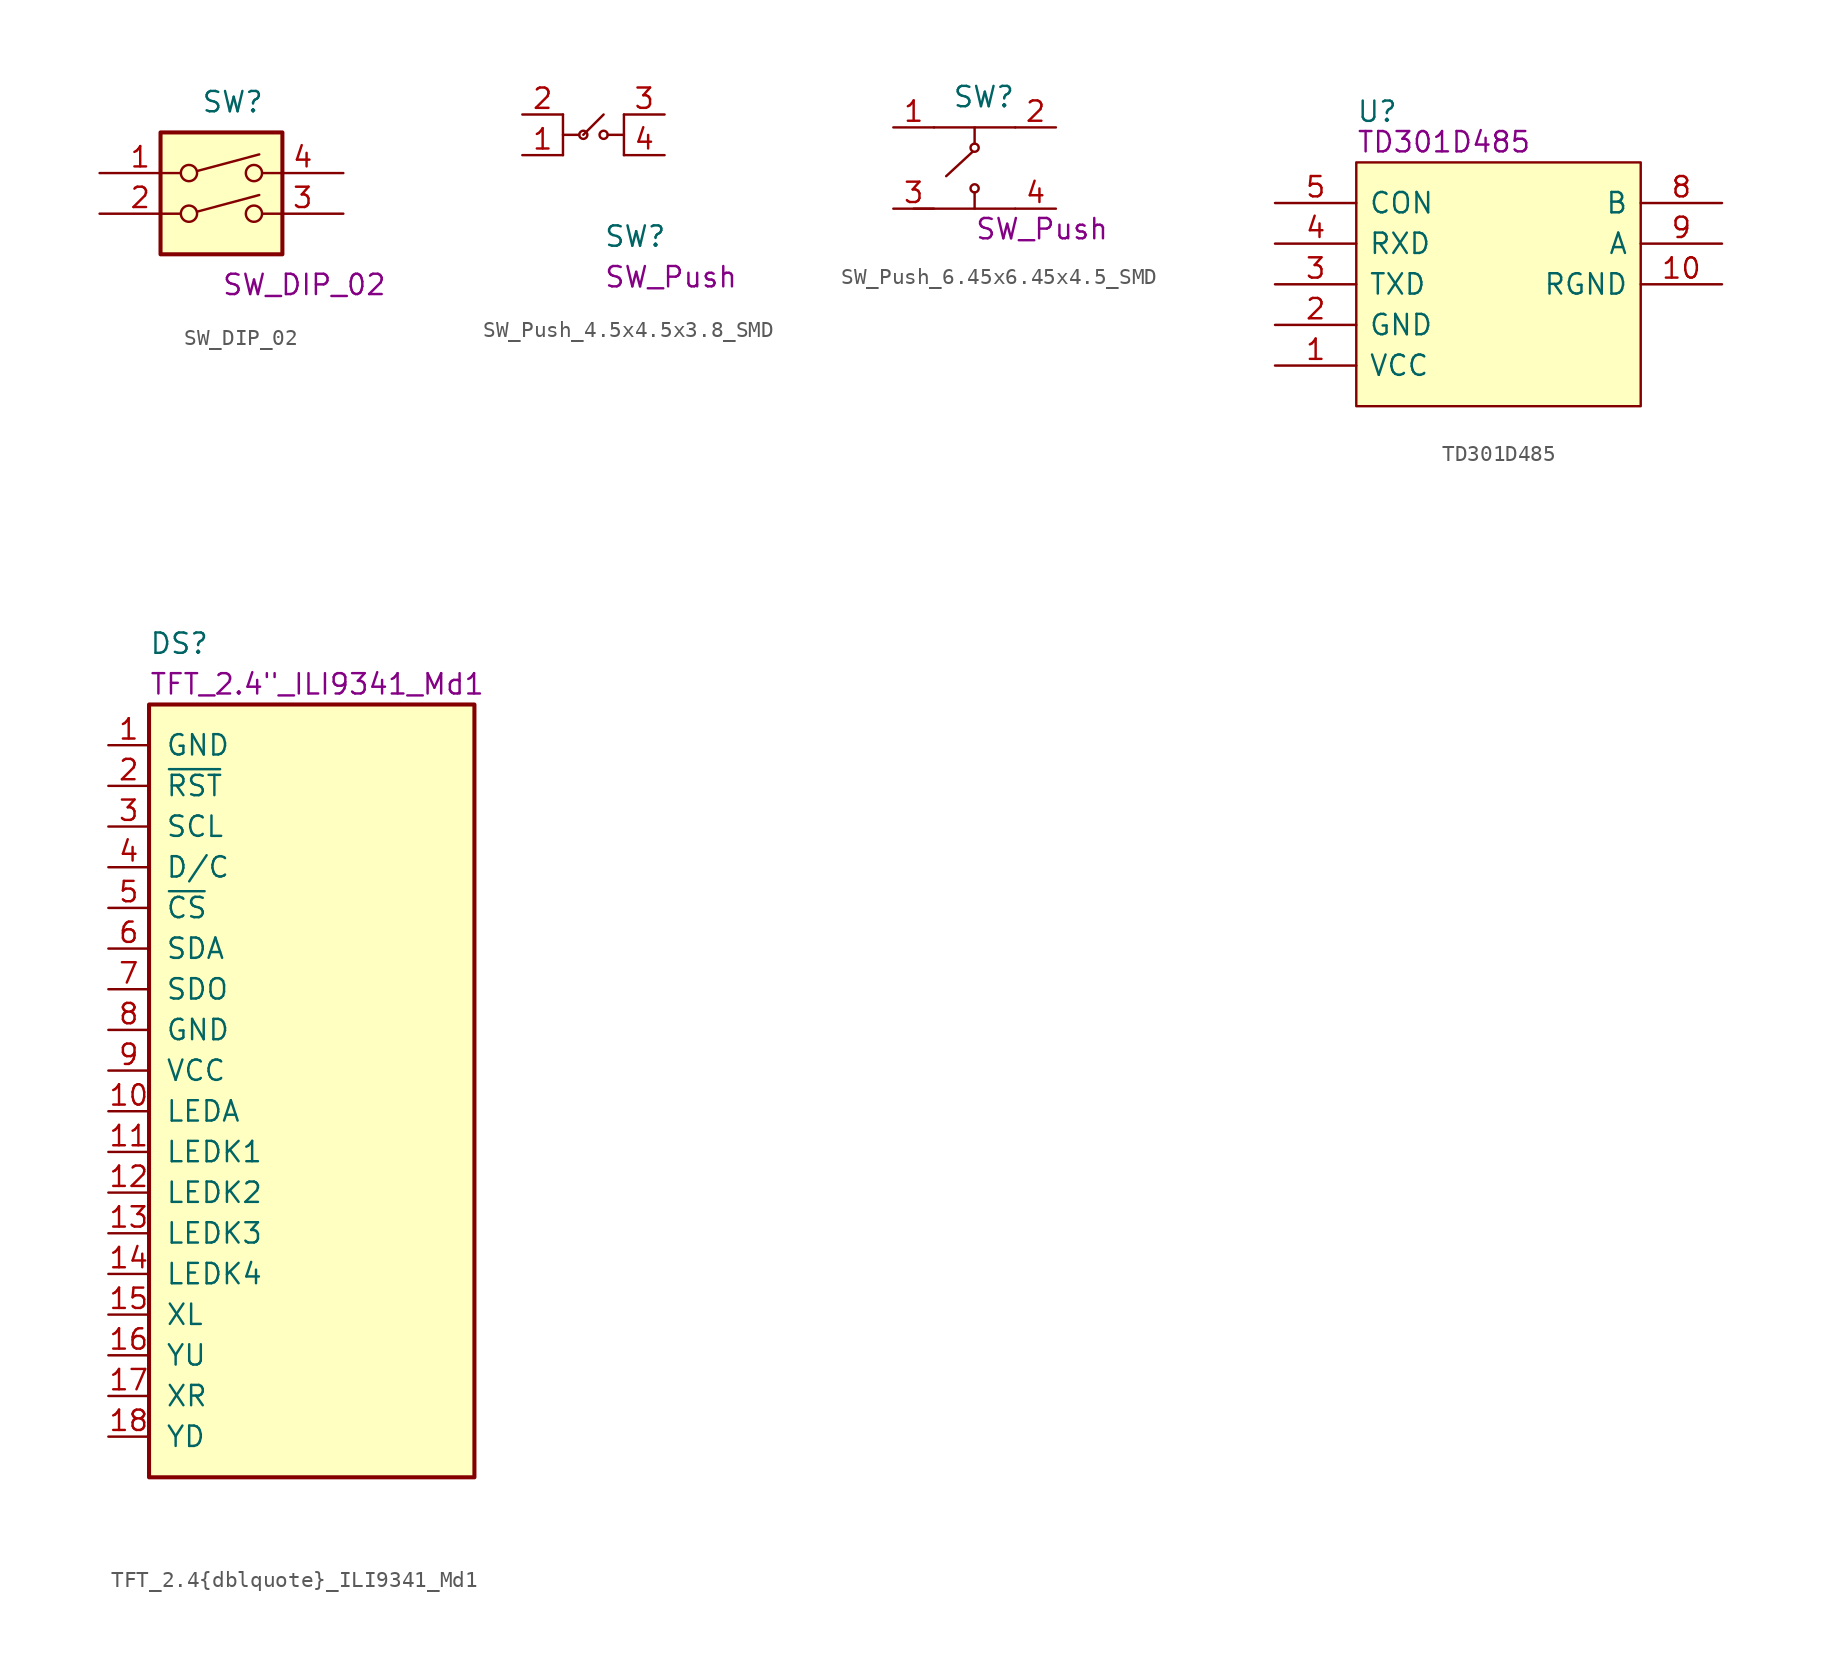
<source format=kicad_sym>
(kicad_symbol_lib
  (version 20211014)
  (generator kicad_symbol_editor)
  (symbol "SW_DIP_02"
    (pin_names
      (offset 1.016) hide)
    (property "Reference" "SW"
      (at -1.27 5.715 0)
      (effects (font (size 1.27 1.27)) (justify left)))
    (property "Symbol" "SW_DIP_02"
      (at 0 -5.715 0)
      (effects (font (size 1.27 1.27)) (justify left)))
    (symbol "SW_DIP_02_0_0"
      (circle (center -2.032 -1.27) (radius 0.508) (stroke (width 0) (type default) (color 0 0 0 0)) (fill (type none)))
      (circle (center -2.032 1.27) (radius 0.508) (stroke (width 0) (type default) (color 0 0 0 0)) (fill (type none)))
      (polyline (pts (xy -1.524 -1.143) (xy 2.362 -0.102)) (stroke (width 0) (type default) (color 0 0 0 0)) (fill (type none)))
      (polyline (pts (xy -1.524 1.397) (xy 2.362 2.438)) (stroke (width 0) (type default) (color 0 0 0 0)) (fill (type none)))
      (circle (center 2.032 -1.27) (radius 0.508) (stroke (width 0) (type default) (color 0 0 0 0)) (fill (type none)))
      (circle (center 2.032 1.27) (radius 0.508) (stroke (width 0) (type default) (color 0 0 0 0)) (fill (type none))))
    (symbol "SW_DIP_02_0_1"
      (rectangle (start -3.81 3.81) (end 3.81 -3.81) (stroke (width 0.254) (type default) (color 0 0 0 0)) (fill (type background))))
    (symbol "SW_DIP_02_1_1"
      (pin passive line (at -7.62 1.27 0) (length 5.08) (name "~" (effects (font (size 1.27 1.27)))) (number "1" (effects (font (size 1.27 1.27)))))
      (pin passive line (at -7.62 -1.27 0) (length 5.08) (name "~" (effects (font (size 1.27 1.27)))) (number "2" (effects (font (size 1.27 1.27)))))
      (pin passive line (at 7.62 -1.27 180) (length 5.08) (name "~" (effects (font (size 1.27 1.27)))) (number "3" (effects (font (size 1.27 1.27)))))
      (pin passive line (at 7.62 1.27 180) (length 5.08) (name "~" (effects (font (size 1.27 1.27)))) (number "4" (effects (font (size 1.27 1.27)))))))
  (symbol "SW_Push_4.5x4.5x3.8_SMD"
    (pin_names
      (offset 1.016) hide)
    (property "Reference" "SW"
      (at 1.27 -6.35 0)
      (effects (font (size 1.27 1.27)) (justify left)))
    (property "Symbol" "SW_Push"
      (at 1.27 -8.89 0)
      (effects (font (size 1.27 1.27)) (justify left)))
    (symbol "SW_Push_4.5x4.5x3.8_SMD_0_1"
      (polyline (pts (xy -1.27 1.27) (xy -1.27 -1.27)) (stroke (width 0) (type default) (color 0 0 0 0)) (fill (type none)))
      (polyline (pts (xy -0.254 0) (xy -1.27 0)) (stroke (width 0) (type default) (color 0 0 0 0)) (fill (type none)))
      (polyline (pts (xy 0 0) (xy 1.27 1.27)) (stroke (width 0) (type default) (color 0 0 0 0)) (fill (type none)))
      (polyline (pts (xy 2.54 1.27) (xy 2.54 -1.27)) (stroke (width 0) (type default) (color 0 0 0 0)) (fill (type none)))
      (polyline (pts (xy 1.524 0) (xy 2.413 0) (xy 2.54 0)) (stroke (width 0) (type default) (color 0 0 0 0)) (fill (type none)))
      (circle (center 0 0) (radius 0.254) (stroke (width 0) (type default) (color 0 0 0 0)) (fill (type none)))
      (circle (center 1.27 0) (radius 0.254) (stroke (width 0) (type default) (color 0 0 0 0)) (fill (type none)))
      (pin passive line (at -3.81 -1.27 0) (length 2.54) (name "1" (effects (font (size 1.27 1.27)))) (number "1" (effects (font (size 1.27 1.27)))))
      (pin passive line (at -3.81 1.27 0) (length 2.54) (name "2" (effects (font (size 1.27 1.27)))) (number "2" (effects (font (size 1.27 1.27)))))
      (pin passive line (at 5.08 1.27 180) (length 2.54) (name "3" (effects (font (size 1.27 1.27)))) (number "3" (effects (font (size 1.27 1.27)))))
      (pin passive line (at 5.08 -1.27 180) (length 2.54) (name "4" (effects (font (size 1.27 1.27)))) (number "4" (effects (font (size 1.27 1.27)))))))
  (symbol "SW_Push_6.45x6.45x4.5_SMD"
    (pin_names
      (offset 1.016) hide)
    (property "Reference" "SW"
      (at -1.397 6.985 0)
      (effects (font (size 1.27 1.27)) (justify left)))
    (property "Symbol" "SW_Push"
      (at 0 -1.27 0)
      (effects (font (size 1.27 1.27)) (justify left)))
    (symbol "SW_Push_6.45x6.45x4.5_SMD_0_1"
      (polyline (pts (xy -0.127 3.556) (xy -1.778 2.032)) (stroke (width 0) (type default) (color 0 0 0 0)) (fill (type none)))
      (polyline (pts (xy 0 4.064) (xy 0 5.08)) (stroke (width 0) (type default) (color 0 0 0 0)) (fill (type none)))
      (polyline (pts (xy 2.54 0) (xy -3.81 0)) (stroke (width 0) (type default) (color 0 0 0 0)) (fill (type none)))
      (polyline (pts (xy 2.54 5.08) (xy -2.54 5.08)) (stroke (width 0) (type default) (color 0 0 0 0)) (fill (type none)))
      (polyline (pts (xy 0 1.016) (xy 0 0.127) (xy 0 0)) (stroke (width 0) (type default) (color 0 0 0 0)) (fill (type none)))
      (circle (center 0 1.27) (radius 0.254) (stroke (width 0) (type default) (color 0 0 0 0)) (fill (type none)))
      (circle (center 0 3.81) (radius 0.254) (stroke (width 0) (type default) (color 0 0 0 0)) (fill (type none)))
      (pin passive line (at -5.08 5.08 0) (length 2.54) (name "1" (effects (font (size 1.27 1.27)))) (number "1" (effects (font (size 1.27 1.27)))))
      (pin passive line (at 5.08 5.08 180) (length 2.54) (name "2" (effects (font (size 1.27 1.27)))) (number "2" (effects (font (size 1.27 1.27)))))
      (pin passive line (at -5.08 0 0) (length 2.54) (name "3" (effects (font (size 1.27 1.27)))) (number "3" (effects (font (size 1.27 1.27)))))
      (pin passive line (at 5.08 0 180) (length 2.54) (name "4" (effects (font (size 1.27 1.27)))) (number "4" (effects (font (size 1.27 1.27)))))))
  (symbol "TD301D485"
    (pin_names
      (offset 0.762))
    (property "Reference" "U"
      (at -8.89 10.795 0)
      (effects (font (size 1.27 1.27)) (justify left)))
    (property "Symbol" "TD301D485"
      (at -8.89 8.89 0)
      (effects (font (size 1.27 1.27)) (justify left)))
    (symbol "TD301D485_0_0"
      (pin passive line (at -13.97 -5.08 0) (length 5.08) (name "VCC" (effects (font (size 1.27 1.27)))) (number "1" (effects (font (size 1.27 1.27)))))
      (pin passive line (at 13.97 0 180) (length 5.08) (name "RGND" (effects (font (size 1.27 1.27)))) (number "10" (effects (font (size 1.27 1.27)))))
      (pin passive line (at -13.97 -2.54 0) (length 5.08) (name "GND" (effects (font (size 1.27 1.27)))) (number "2" (effects (font (size 1.27 1.27)))))
      (pin passive line (at -13.97 0 0) (length 5.08) (name "TXD" (effects (font (size 1.27 1.27)))) (number "3" (effects (font (size 1.27 1.27)))))
      (pin passive line (at -13.97 2.54 0) (length 5.08) (name "RXD" (effects (font (size 1.27 1.27)))) (number "4" (effects (font (size 1.27 1.27)))))
      (pin passive line (at -13.97 5.08 0) (length 5.08) (name "CON" (effects (font (size 1.27 1.27)))) (number "5" (effects (font (size 1.27 1.27)))))
      (pin passive line (at 13.97 5.08 180) (length 5.08) (name "B" (effects (font (size 1.27 1.27)))) (number "8" (effects (font (size 1.27 1.27)))))
      (pin passive line (at 13.97 2.54 180) (length 5.08) (name "A" (effects (font (size 1.27 1.27)))) (number "9" (effects (font (size 1.27 1.27))))))
    (symbol "TD301D485_0_1"
      (polyline (pts (xy -8.89 7.62) (xy 8.89 7.62) (xy 8.89 -7.62) (xy -8.89 -7.62) (xy -8.89 7.62)) (stroke (width 0.152) (type default) (color 0 0 0 0)) (fill (type background)))))
  (symbol "TFT_2.4{dblquote}_ILI9341_Md1"
    (pin_names
      (offset 1.016))
    (property "Reference" "DS"
      (at -10.16 27.94 0)
      (effects (font (size 1.27 1.27)) (justify left)))
    (property "Symbol" "TFT_2.4\"_ILI9341_Md1"
      (at -10.16 25.4 0)
      (effects (font (size 1.27 1.27)) (justify left)))
    (symbol "TFT_2.4{dblquote}_ILI9341_Md1_0_1"
      (rectangle (start -10.16 24.13) (end 10.16 -24.13) (stroke (width 0.254) (type default) (color 0 0 0 0)) (fill (type background))))
    (symbol "TFT_2.4{dblquote}_ILI9341_Md1_1_1"
      (pin power_in line (at -12.7 21.59 0) (length 2.54) (name "GND" (effects (font (size 1.27 1.27)))) (number "1" (effects (font (size 1.27 1.27)))))
      (pin bidirectional line (at -12.7 -1.27 0) (length 2.54) (name "LEDA" (effects (font (size 1.27 1.27)))) (number "10" (effects (font (size 1.27 1.27)))))
      (pin bidirectional line (at -12.7 -3.81 0) (length 2.54) (name "LEDK1" (effects (font (size 1.27 1.27)))) (number "11" (effects (font (size 1.27 1.27)))))
      (pin bidirectional line (at -12.7 -6.35 0) (length 2.54) (name "LEDK2" (effects (font (size 1.27 1.27)))) (number "12" (effects (font (size 1.27 1.27)))))
      (pin bidirectional line (at -12.7 -8.89 0) (length 2.54) (name "LEDK3" (effects (font (size 1.27 1.27)))) (number "13" (effects (font (size 1.27 1.27)))))
      (pin bidirectional line (at -12.7 -11.43 0) (length 2.54) (name "LEDK4" (effects (font (size 1.27 1.27)))) (number "14" (effects (font (size 1.27 1.27)))))
      (pin bidirectional line (at -12.7 -13.97 0) (length 2.54) (name "XL" (effects (font (size 1.27 1.27)))) (number "15" (effects (font (size 1.27 1.27)))))
      (pin bidirectional line (at -12.7 -16.51 0) (length 2.54) (name "YU" (effects (font (size 1.27 1.27)))) (number "16" (effects (font (size 1.27 1.27)))))
      (pin bidirectional line (at -12.7 -19.05 0) (length 2.54) (name "XR" (effects (font (size 1.27 1.27)))) (number "17" (effects (font (size 1.27 1.27)))))
      (pin bidirectional line (at -12.7 -21.59 0) (length 2.54) (name "YD" (effects (font (size 1.27 1.27)))) (number "18" (effects (font (size 1.27 1.27)))))
      (pin input line (at -12.7 19.05 0) (length 2.54) (name "~{RST}" (effects (font (size 1.27 1.27)))) (number "2" (effects (font (size 1.27 1.27)))))
      (pin input line (at -12.7 16.51 0) (length 2.54) (name "SCL" (effects (font (size 1.27 1.27)))) (number "3" (effects (font (size 1.27 1.27)))))
      (pin bidirectional line (at -12.7 13.97 0) (length 2.54) (name "D/C" (effects (font (size 1.27 1.27)))) (number "4" (effects (font (size 1.27 1.27)))))
      (pin input line (at -12.7 11.43 0) (length 2.54) (name "~{CS}" (effects (font (size 1.27 1.27)))) (number "5" (effects (font (size 1.27 1.27)))))
      (pin bidirectional line (at -12.7 8.89 0) (length 2.54) (name "SDA" (effects (font (size 1.27 1.27)))) (number "6" (effects (font (size 1.27 1.27)))))
      (pin bidirectional line (at -12.7 6.35 0) (length 2.54) (name "SDO" (effects (font (size 1.27 1.27)))) (number "7" (effects (font (size 1.27 1.27)))))
      (pin power_in line (at -12.7 3.81 0) (length 2.54) (name "GND" (effects (font (size 1.27 1.27)))) (number "8" (effects (font (size 1.27 1.27)))))
      (pin power_in line (at -12.7 1.27 0) (length 2.54) (name "VCC" (effects (font (size 1.27 1.27)))) (number "9" (effects (font (size 1.27 1.27))))))))
</source>
